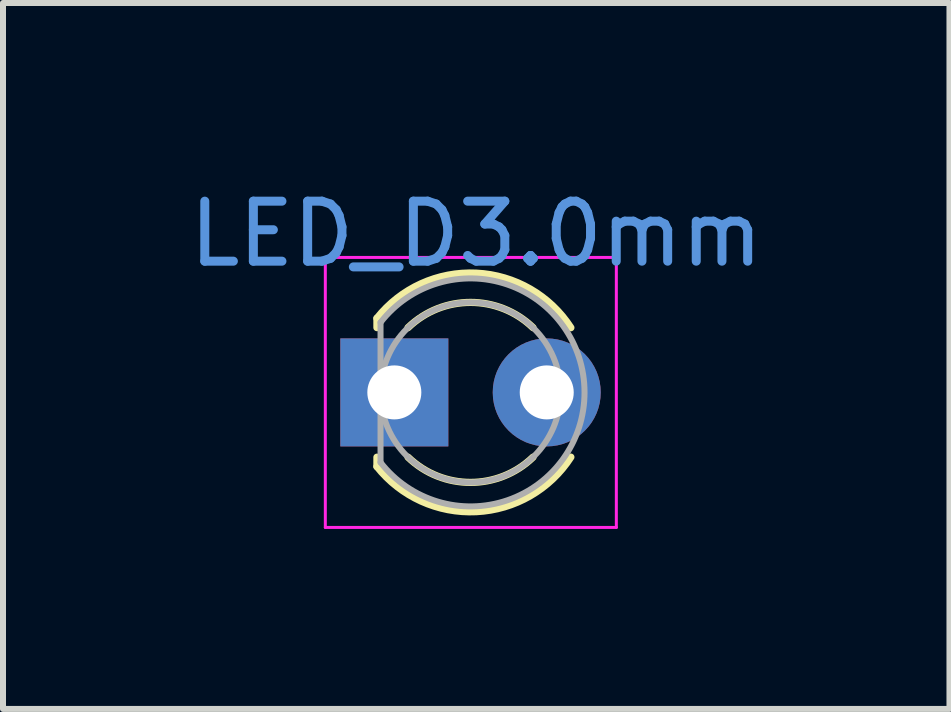
<source format=kicad_pcb>
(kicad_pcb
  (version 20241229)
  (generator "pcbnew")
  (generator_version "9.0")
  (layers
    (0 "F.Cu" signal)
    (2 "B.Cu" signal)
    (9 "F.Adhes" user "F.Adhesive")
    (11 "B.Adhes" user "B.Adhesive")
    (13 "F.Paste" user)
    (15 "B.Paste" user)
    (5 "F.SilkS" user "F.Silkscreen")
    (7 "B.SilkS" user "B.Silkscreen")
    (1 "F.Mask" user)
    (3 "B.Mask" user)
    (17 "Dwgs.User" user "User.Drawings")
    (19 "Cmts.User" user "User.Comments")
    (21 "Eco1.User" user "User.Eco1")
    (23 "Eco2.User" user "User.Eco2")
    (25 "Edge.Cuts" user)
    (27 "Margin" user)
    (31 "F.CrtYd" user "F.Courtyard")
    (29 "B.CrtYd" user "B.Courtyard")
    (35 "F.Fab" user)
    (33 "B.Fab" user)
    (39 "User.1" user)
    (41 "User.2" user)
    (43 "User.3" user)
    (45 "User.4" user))
  (footprint "LED_D3.0mm"
    (layer "F.Cu")
    (at 3.522 3.49)
    (property "Reference" "LED_D3.0mm" (at 1.365 -2.642 0) (layer "Cmts.User") (effects (font (size 1 1) (thickness 0.15))))
    (attr through_hole)
    (fp_line (start -0.29 -1.236) (end -0.29 -1.08) (stroke (width 0.12) (type solid)) (layer "F.SilkS"))
    (fp_line (start -0.29 1.08) (end -0.29 1.236) (stroke (width 0.12) (type solid)) (layer "F.SilkS"))
    (fp_arc (start -0.29 -1.235516) (mid 1.366487 -1.987659) (end 2.942335 -1.078608) (stroke (width 0.12) (type solid)) (layer "F.SilkS"))
    (fp_arc (start 0.229039 -1.08) (mid 1.270117 -1.5) (end 2.31113 -1.079837) (stroke (width 0.12) (type solid)) (layer "F.SilkS"))
    (fp_arc (start 2.31113 1.079837) (mid 1.270117 1.5) (end 0.229039 1.08) (stroke (width 0.12) (type solid)) (layer "F.SilkS"))
    (fp_arc (start 2.942335 1.078608) (mid 1.366487 1.987659) (end -0.29 1.235516) (stroke (width 0.12) (type solid)) (layer "F.SilkS"))
    (fp_line (start -1.15 -2.25) (end -1.15 2.25) (stroke (width 0.05) (type solid)) (layer "F.CrtYd"))
    (fp_line (start -1.15 2.25) (end 3.7 2.25) (stroke (width 0.05) (type solid)) (layer "F.CrtYd"))
    (fp_line (start 3.7 -2.25) (end -1.15 -2.25) (stroke (width 0.05) (type solid)) (layer "F.CrtYd"))
    (fp_line (start 3.7 2.25) (end 3.7 -2.25) (stroke (width 0.05) (type solid)) (layer "F.CrtYd"))
    (fp_line (start -0.23 -1.166) (end -0.23 1.166) (stroke (width 0.1) (type solid)) (layer "F.Fab"))
    (fp_arc (start -0.23 -1.16619) (mid 3.17 0.000452) (end -0.230555 1.165476) (stroke (width 0.1) (type solid)) (layer "F.Fab"))
    (fp_circle (center 1.27 0) (end 2.77 0) (stroke (width 0.1) (type solid)) (fill no) (layer "F.Fab"))
    (pad "1" thru_hole rect (at 0 0) (size 1.8 1.8) (drill 0.9) (layers "*.Cu" "*.Mask"))
    (pad "2" thru_hole circle (at 2.54 0) (size 1.8 1.8) (drill 0.9) (layers "*.Cu" "*.Mask")))
  (gr_rect
    (start -3 -3)
    (end 12.774 8.765)
    (stroke (width 0.1) (type default))
    (fill no)
    (layer "Edge.Cuts")))
</source>
